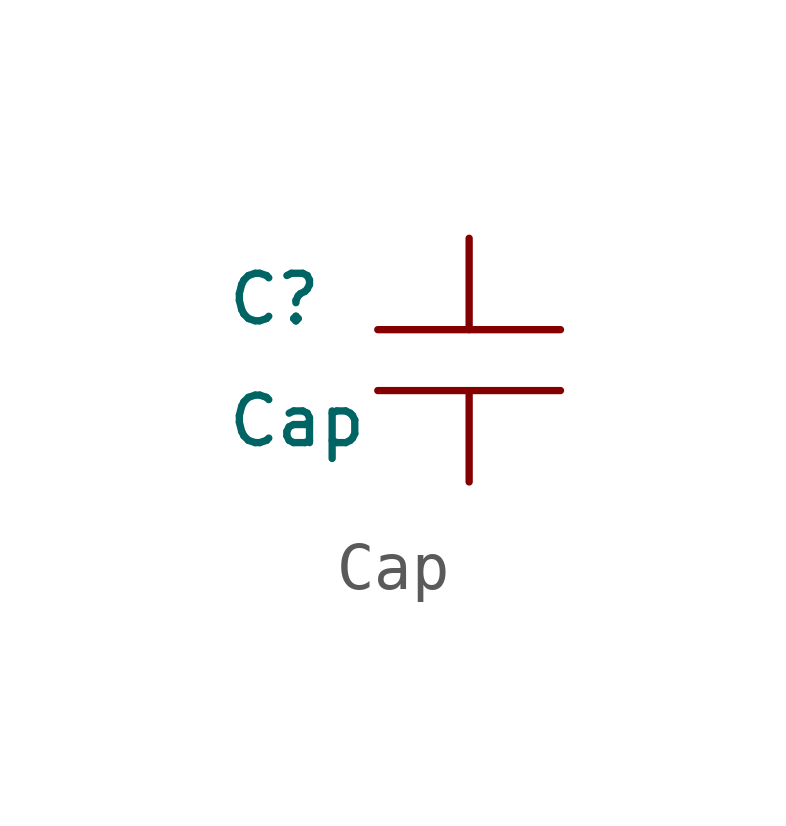
<source format=kicad_sym>
(kicad_symbol_lib
  (version 20220914)
  (generator kicad_symbol_editor)
  (symbol "Cap"
    (pin_numbers hide)
    (pin_names hide)
    (property "Reference" "C"
      (at -5.08 1.27 0)
      (effects (font (size 0.991 0.991)) (justify left)))
    (property "Value" "Cap"
      (at -5.08 -1.27 0)
      (effects (font (size 0.991 0.991)) (justify left)))
    (symbol "Cap_0_1"
      (polyline (pts (xy -1.905 -0.635) (xy 1.905 -0.635)) (stroke (width 0) (type default)) (fill (type none)))
      (polyline (pts (xy -1.905 0.635) (xy 1.905 0.635)) (stroke (width 0) (type default)) (fill (type none))))
    (symbol "Cap_1_1"
      (pin passive line (at 0 -2.54 90) (length 1.905) (name "1" (effects (font (size 0.991 0.991)))) (number "1" (effects (font (size 0.991 0.991)))))
      (pin passive line (at 0 2.54 270) (length 1.905) (name "2" (effects (font (size 0.991 0.991)))) (number "2" (effects (font (size 0.991 0.991))))))))
</source>
